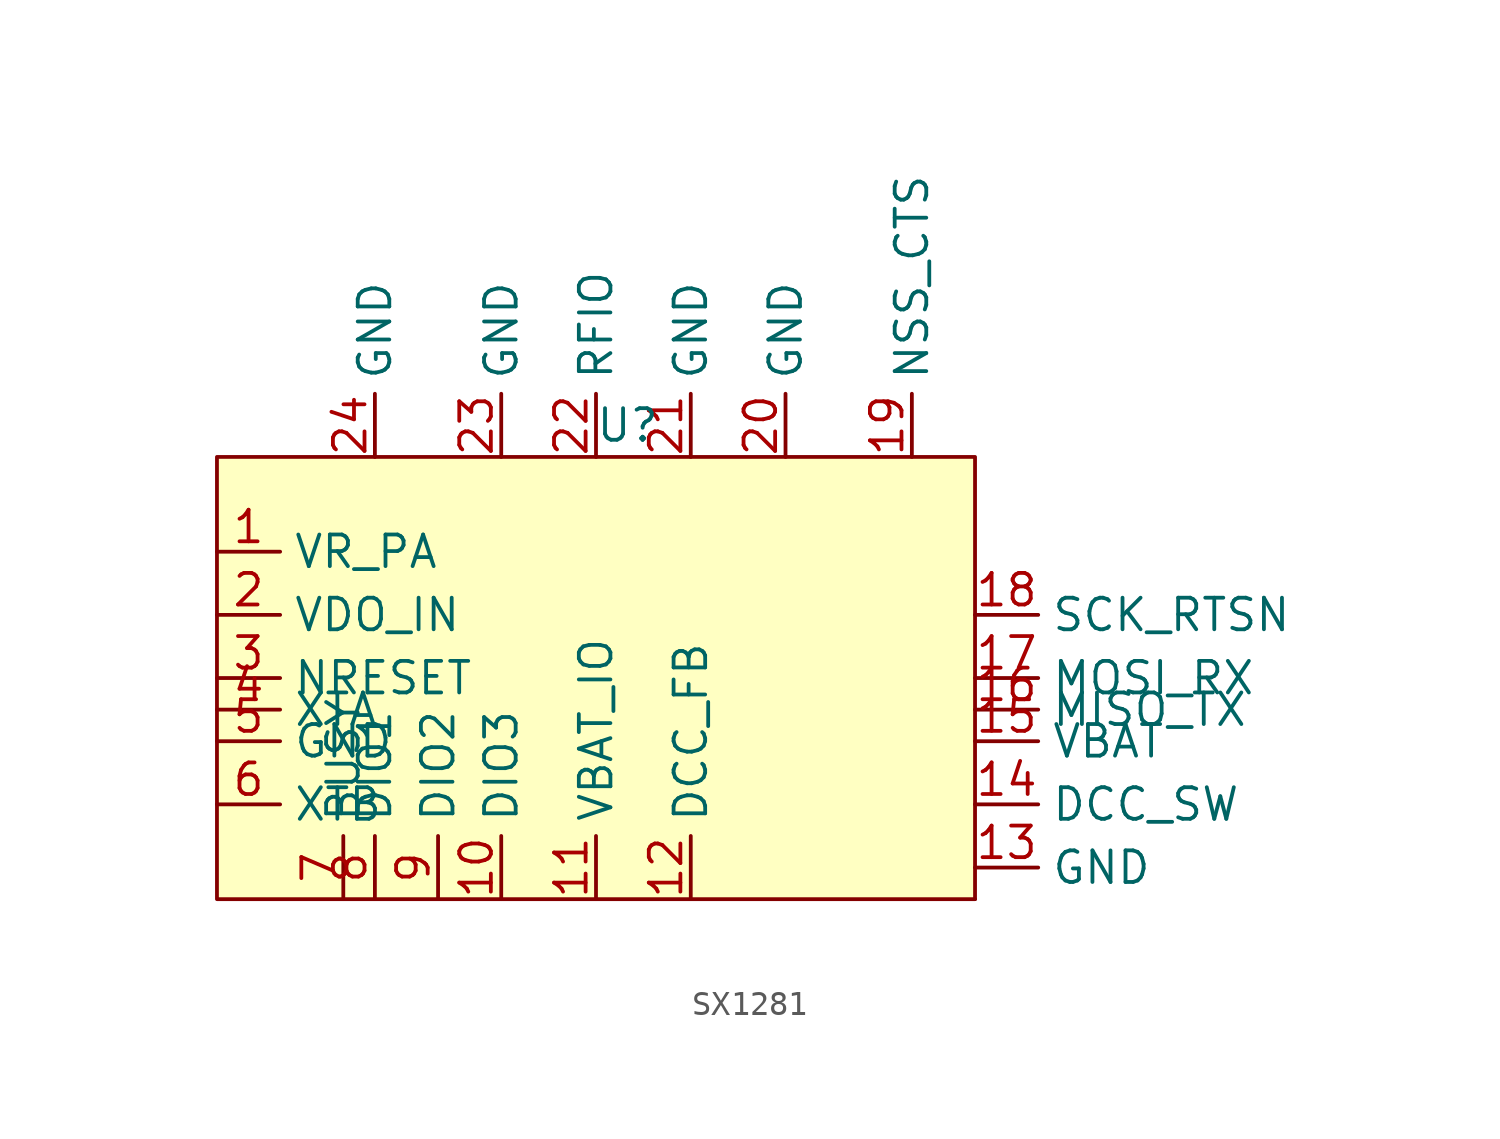
<source format=kicad_sym>
(kicad_symbol_lib
  (version 20241209)
  (generator "kicad_symbol_editor")
  (generator_version "9.0")
  (symbol "SX1281"
    (property "Reference" "U"
      (at 0 0 0)
      (effects (font (size 1.27 1.27))))
    (property "Value" ""
      (at 0 0 0)
      (effects (font (size 1.27 1.27))))
    (symbol "SX1281_0_1"
      (rectangle (start 13.97 -19.05) (end 13.97 -19.05) (stroke (width 0) (type default)) (fill (type none))))
    (symbol "SX1281_1_1"
      (rectangle (start -16.51 -1.27) (end 13.97 -19.05) (stroke (width 0) (type solid)) (fill (type background)))
      (pin input line (at -16.51 -5.08 0) (length 2.54) (name "VR_PA" (effects (font (size 1.27 1.27)))) (number "1" (effects (font (size 1.27 1.27)))))
      (pin input line (at -16.51 -7.62 0) (length 2.54) (name "VDO_IN" (effects (font (size 1.27 1.27)))) (number "2" (effects (font (size 1.27 1.27)))))
      (pin input line (at -16.51 -10.16 0) (length 2.54) (name "NRESET" (effects (font (size 1.27 1.27)))) (number "3" (effects (font (size 1.27 1.27)))))
      (pin input line (at -16.51 -11.43 0) (length 2.54) (name "XTA" (effects (font (size 1.27 1.27)))) (number "4" (effects (font (size 1.27 1.27)))))
      (pin input line (at -16.51 -12.7 0) (length 2.54) (name "GND" (effects (font (size 1.27 1.27)))) (number "5" (effects (font (size 1.27 1.27)))))
      (pin input line (at -16.51 -15.24 0) (length 2.54) (name "XTB" (effects (font (size 1.27 1.27)))) (number "6" (effects (font (size 1.27 1.27)))))
      (pin input line (at -11.43 -19.05 90) (length 2.54) (name "BUSY" (effects (font (size 1.27 1.27)))) (number "7" (effects (font (size 1.27 1.27)))))
      (pin input line (at -10.16 -1.27 90) (length 2.54) (name "GND" (effects (font (size 1.27 1.27)))) (number "24" (effects (font (size 1.27 1.27)))))
      (pin bidirectional line (at -10.16 -19.05 90) (length 2.54) (name "DIO1" (effects (font (size 1.27 1.27)))) (number "8" (effects (font (size 1.27 1.27)))))
      (pin bidirectional line (at -7.62 -19.05 90) (length 2.54) (name "DIO2" (effects (font (size 1.27 1.27)))) (number "9" (effects (font (size 1.27 1.27)))))
      (pin input line (at -5.08 -1.27 90) (length 2.54) (name "GND" (effects (font (size 1.27 1.27)))) (number "23" (effects (font (size 1.27 1.27)))))
      (pin bidirectional line (at -5.08 -19.05 90) (length 2.54) (name "DIO3" (effects (font (size 1.27 1.27)))) (number "10" (effects (font (size 1.27 1.27)))))
      (pin bidirectional line (at -1.27 -1.27 90) (length 2.54) (name "RFIO" (effects (font (size 1.27 1.27)))) (number "22" (effects (font (size 1.27 1.27)))))
      (pin bidirectional line (at -1.27 -19.05 90) (length 2.54) (name "VBAT_IO" (effects (font (size 1.27 1.27)))) (number "11" (effects (font (size 1.27 1.27)))))
      (pin input line (at 2.54 -1.27 90) (length 2.54) (name "GND" (effects (font (size 1.27 1.27)))) (number "21" (effects (font (size 1.27 1.27)))))
      (pin bidirectional line (at 2.54 -19.05 90) (length 2.54) (name "DCC_FB" (effects (font (size 1.27 1.27)))) (number "12" (effects (font (size 1.27 1.27)))))
      (pin input line (at 6.35 -1.27 90) (length 2.54) (name "GND" (effects (font (size 1.27 1.27)))) (number "20" (effects (font (size 1.27 1.27)))))
      (pin input line (at 11.43 -1.27 90) (length 2.54) (name "NSS_CTS" (effects (font (size 1.27 1.27)))) (number "19" (effects (font (size 1.27 1.27)))))
      (pin input line (at 13.97 -7.62 0) (length 2.54) (name "SCK_RTSN" (effects (font (size 1.27 1.27)))) (number "18" (effects (font (size 1.27 1.27)))))
      (pin input line (at 13.97 -10.16 0) (length 2.54) (name "MOSI_RX" (effects (font (size 1.27 1.27)))) (number "17" (effects (font (size 1.27 1.27)))))
      (pin output line (at 13.97 -11.43 0) (length 2.54) (name "MISO_TX" (effects (font (size 1.27 1.27)))) (number "16" (effects (font (size 1.27 1.27)))))
      (pin input line (at 13.97 -12.7 0) (length 2.54) (name "VBAT" (effects (font (size 1.27 1.27)))) (number "15" (effects (font (size 1.27 1.27)))))
      (pin bidirectional line (at 13.97 -15.24 0) (length 2.54) (name "DCC_SW" (effects (font (size 1.27 1.27)))) (number "14" (effects (font (size 1.27 1.27)))))
      (pin input line (at 13.97 -17.78 0) (length 2.54) (name "GND" (effects (font (size 1.27 1.27)))) (number "13" (effects (font (size 1.27 1.27))))))))
</source>
